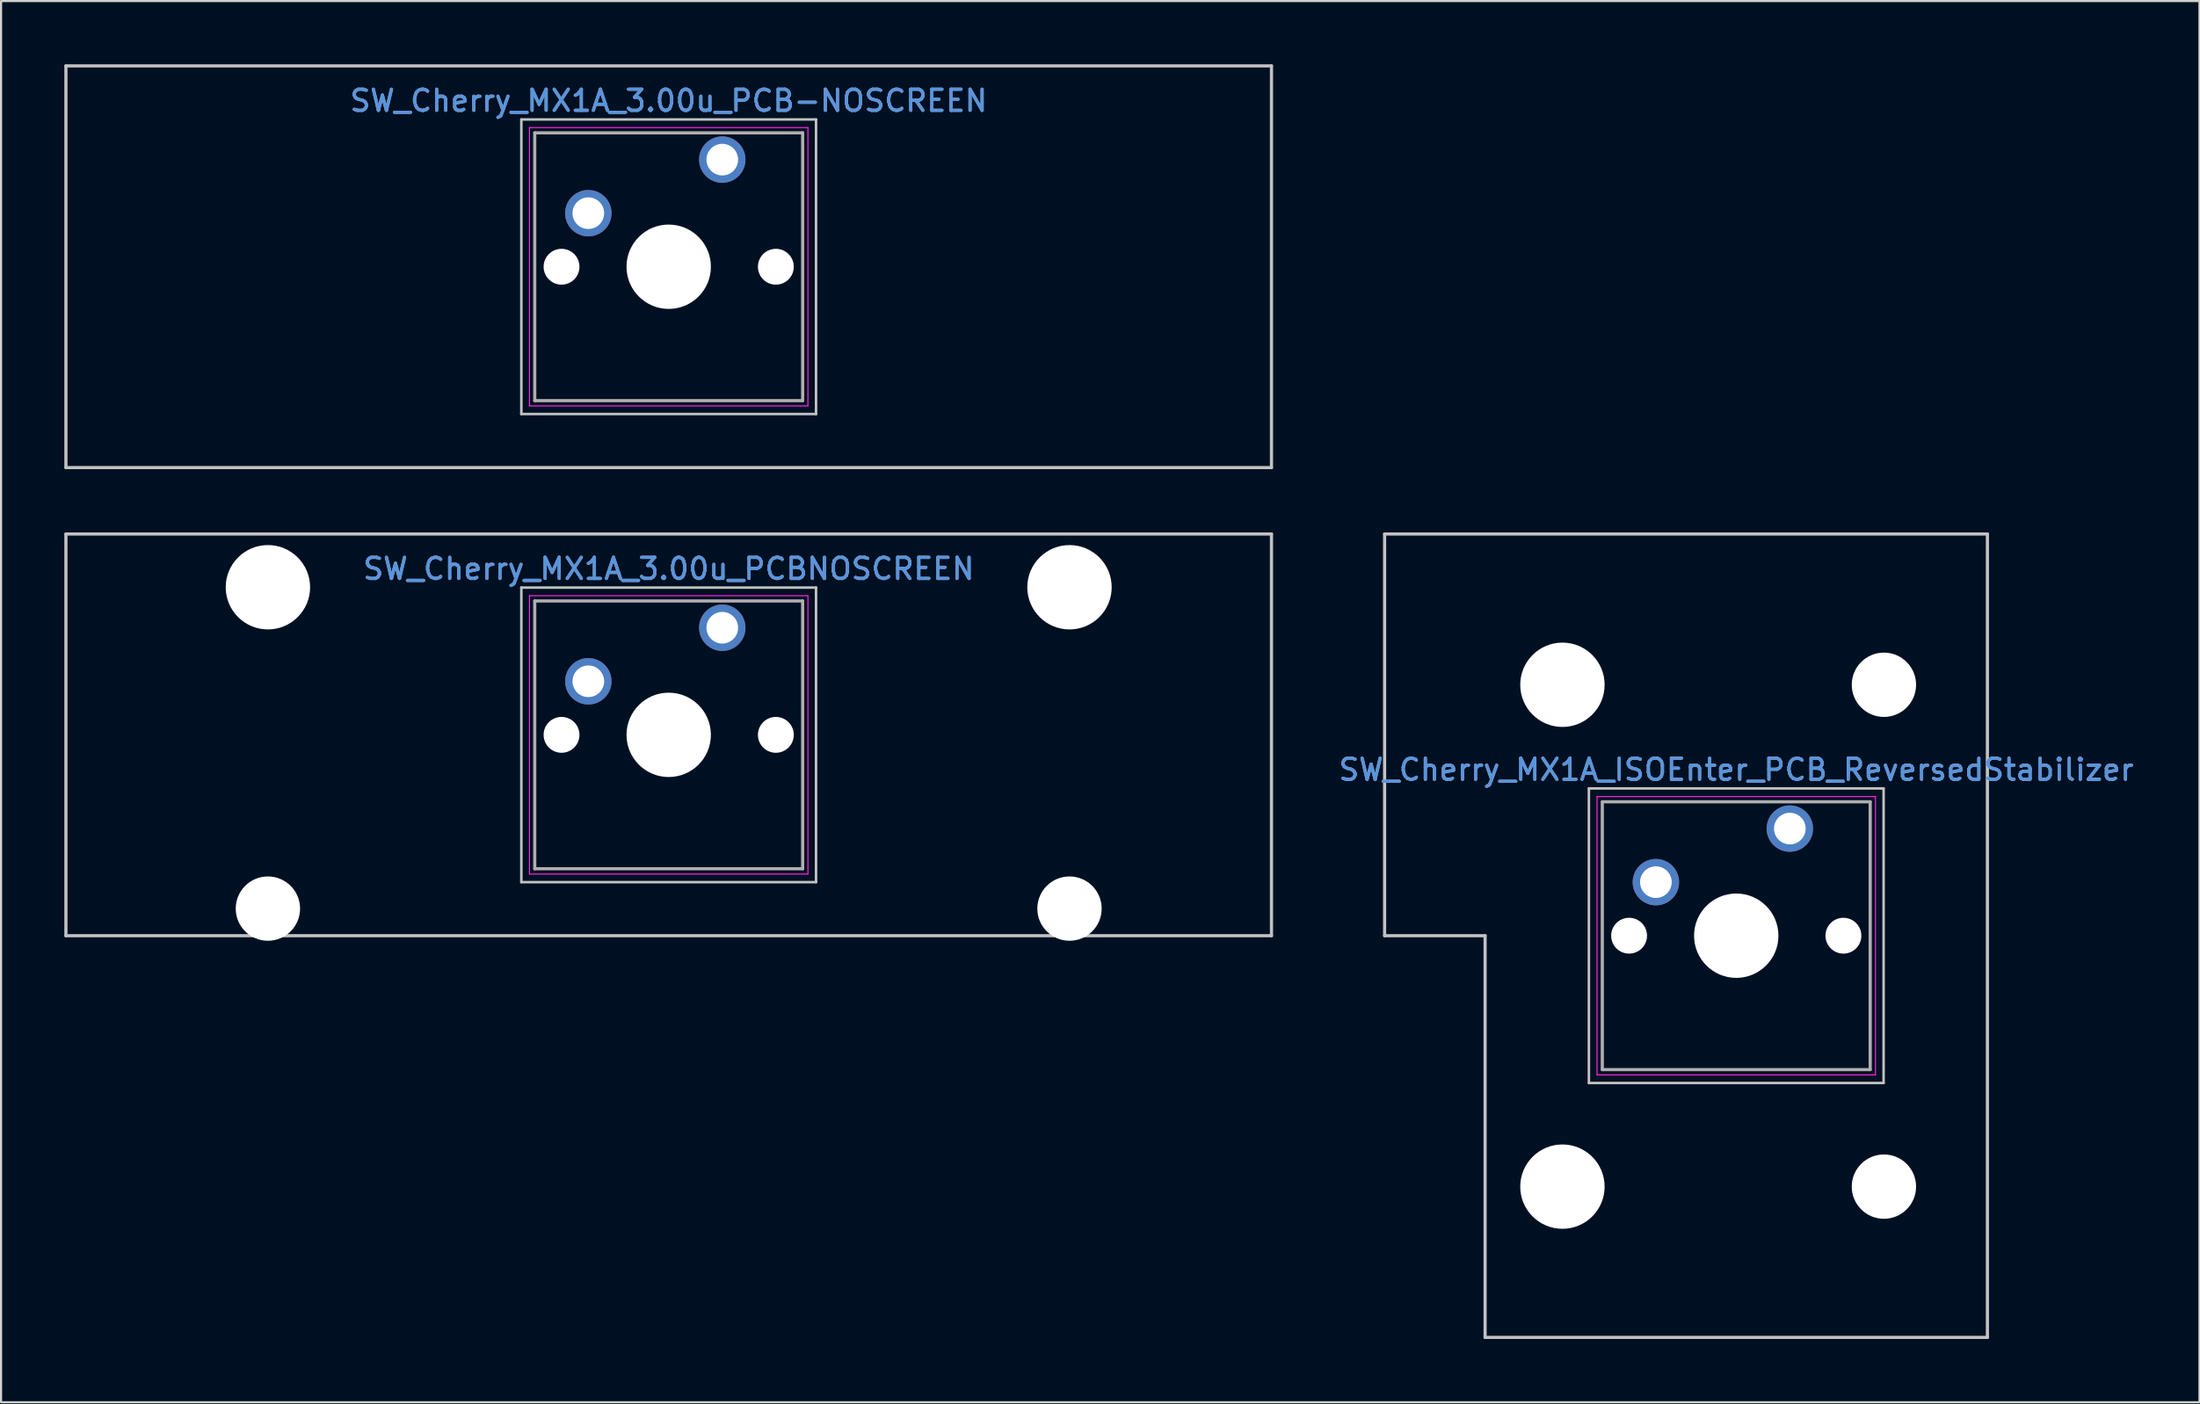
<source format=kicad_pcb>
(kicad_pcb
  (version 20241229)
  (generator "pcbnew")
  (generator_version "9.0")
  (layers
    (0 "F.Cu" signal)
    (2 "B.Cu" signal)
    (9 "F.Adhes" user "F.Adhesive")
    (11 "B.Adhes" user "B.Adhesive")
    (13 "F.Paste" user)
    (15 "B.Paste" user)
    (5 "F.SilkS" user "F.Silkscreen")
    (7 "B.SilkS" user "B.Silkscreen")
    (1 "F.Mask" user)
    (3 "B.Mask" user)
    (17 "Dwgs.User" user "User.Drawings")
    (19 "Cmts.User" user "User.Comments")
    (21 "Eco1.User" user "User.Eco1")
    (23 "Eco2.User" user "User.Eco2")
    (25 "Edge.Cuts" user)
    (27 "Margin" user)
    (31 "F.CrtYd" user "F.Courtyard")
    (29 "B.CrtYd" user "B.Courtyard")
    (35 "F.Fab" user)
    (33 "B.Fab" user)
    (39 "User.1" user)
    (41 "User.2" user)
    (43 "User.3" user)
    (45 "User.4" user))
  (footprint "SW_Cherry_MX1A_ISOEnter_PCB_ReversedStabilizer"
    (layer "F.Cu")
    (at 81.798 36.245)
    (property "Reference" "SW_Cherry_MX1A_ISOEnter_PCB_ReversedStabilizer" (at -2.54 -2.794 0) (layer "Cmts.User") (effects (font (size 1 1) (thickness 0.15))))
    (attr through_hole)
    (fp_line (start -19.209 -13.97) (end 9.366 -13.97) (stroke (width 0.15) (type solid)) (layer "Dwgs.User"))
    (fp_line (start -19.209 5.08) (end -19.209 -13.97) (stroke (width 0.15) (type solid)) (layer "Dwgs.User"))
    (fp_line (start -14.446 5.08) (end -19.209 5.08) (stroke (width 0.15) (type solid)) (layer "Dwgs.User"))
    (fp_line (start -14.446 24.13) (end -14.446 5.08) (stroke (width 0.15) (type solid)) (layer "Dwgs.User"))
    (fp_line (start -9.525 -1.905) (end 4.445 -1.905) (stroke (width 0.12) (type solid)) (layer "Dwgs.User"))
    (fp_line (start -9.525 12.065) (end -9.525 -1.905) (stroke (width 0.12) (type solid)) (layer "Dwgs.User"))
    (fp_line (start 4.445 -1.905) (end 4.445 12.065) (stroke (width 0.12) (type solid)) (layer "Dwgs.User"))
    (fp_line (start 4.445 12.065) (end -9.525 12.065) (stroke (width 0.12) (type solid)) (layer "Dwgs.User"))
    (fp_line (start 9.366 -13.97) (end 9.366 24.13) (stroke (width 0.15) (type solid)) (layer "Dwgs.User"))
    (fp_line (start 9.366 24.13) (end -14.446 24.13) (stroke (width 0.15) (type solid)) (layer "Dwgs.User"))
    (fp_line (start -9.14 -1.52) (end 4.06 -1.52) (stroke (width 0.05) (type solid)) (layer "F.CrtYd"))
    (fp_line (start -9.14 11.68) (end -9.14 -1.52) (stroke (width 0.05) (type solid)) (layer "F.CrtYd"))
    (fp_line (start 4.06 -1.52) (end 4.06 11.68) (stroke (width 0.05) (type solid)) (layer "F.CrtYd"))
    (fp_line (start 4.06 11.68) (end -9.14 11.68) (stroke (width 0.05) (type solid)) (layer "F.CrtYd"))
    (fp_line (start -8.89 -1.27) (end 3.81 -1.27) (stroke (width 0.15) (type solid)) (layer "F.Fab"))
    (fp_line (start -8.89 11.43) (end -8.89 -1.27) (stroke (width 0.15) (type solid)) (layer "F.Fab"))
    (fp_line (start 3.81 -1.27) (end 3.81 11.43) (stroke (width 0.15) (type solid)) (layer "F.Fab"))
    (fp_line (start 3.81 11.43) (end -8.89 11.43) (stroke (width 0.15) (type solid)) (layer "F.Fab"))
    (fp_text user "${REFERENCE}" (at -2.54 -2.794 0) (layer "F.Fab") (effects (font (size 1 1) (thickness 0.15))))
    (pad "" np_thru_hole circle (at -10.78 -6.82 180) (size 4 4) (drill 4) (layers "*.Cu" "*.Mask"))
    (pad "" np_thru_hole circle (at -10.78 16.98 180) (size 4 4) (drill 4) (layers "*.Cu" "*.Mask"))
    (pad "" np_thru_hole circle (at -7.62 5.08) (size 1.7 1.7) (drill 1.7) (layers "*.Cu" "*.Mask"))
    (pad "" np_thru_hole circle (at -2.54 5.08) (size 4 4) (drill 4) (layers "*.Cu" "*.Mask"))
    (pad "" np_thru_hole circle (at 2.54 5.08) (size 1.7 1.7) (drill 1.7) (layers "*.Cu" "*.Mask"))
    (pad "" np_thru_hole circle (at 4.46 -6.82 180) (size 3.05 3.05) (drill 3.05) (layers "*.Cu" "*.Mask"))
    (pad "" np_thru_hole circle (at 4.46 16.98 180) (size 3.05 3.05) (drill 3.05) (layers "*.Cu" "*.Mask"))
    (pad "1" thru_hole circle (at 0 0) (size 2.2 2.2) (drill 1.5) (layers "*.Cu" "*.Mask"))
    (pad "2" thru_hole circle (at -6.35 2.54) (size 2.2 2.2) (drill 1.5) (layers "*.Cu" "*.Mask")))
  (footprint "SW_Cherry_MX1A_3.00u_PCBNOSCREEN"
    (layer "F.Cu")
    (at 31.19 26.72)
    (property "Reference" "SW_Cherry_MX1A_3.00u_PCBNOSCREEN" (at -2.54 -2.794 0) (layer "Cmts.User") (effects (font (size 1 1) (thickness 0.15))))
    (attr through_hole)
    (fp_line (start -31.115 -4.445) (end 26.035 -4.445) (stroke (width 0.15) (type solid)) (layer "Dwgs.User"))
    (fp_line (start -31.115 14.605) (end -31.115 -4.445) (stroke (width 0.15) (type solid)) (layer "Dwgs.User"))
    (fp_line (start -31.115 14.605) (end 26.035 14.605) (stroke (width 0.15) (type solid)) (layer "Dwgs.User"))
    (fp_line (start -9.525 -1.905) (end 4.445 -1.905) (stroke (width 0.12) (type solid)) (layer "Dwgs.User"))
    (fp_line (start -9.525 12.065) (end -9.525 -1.905) (stroke (width 0.12) (type solid)) (layer "Dwgs.User"))
    (fp_line (start 4.445 -1.905) (end 4.445 12.065) (stroke (width 0.12) (type solid)) (layer "Dwgs.User"))
    (fp_line (start 4.445 12.065) (end -9.525 12.065) (stroke (width 0.12) (type solid)) (layer "Dwgs.User"))
    (fp_line (start 26.035 -4.445) (end 26.035 14.605) (stroke (width 0.15) (type solid)) (layer "Dwgs.User"))
    (fp_line (start -9.14 -1.52) (end 4.06 -1.52) (stroke (width 0.05) (type solid)) (layer "F.CrtYd"))
    (fp_line (start -9.14 11.68) (end -9.14 -1.52) (stroke (width 0.05) (type solid)) (layer "F.CrtYd"))
    (fp_line (start 4.06 -1.52) (end 4.06 11.68) (stroke (width 0.05) (type solid)) (layer "F.CrtYd"))
    (fp_line (start 4.06 11.68) (end -9.14 11.68) (stroke (width 0.05) (type solid)) (layer "F.CrtYd"))
    (fp_line (start -8.89 -1.27) (end 3.81 -1.27) (stroke (width 0.15) (type solid)) (layer "F.Fab"))
    (fp_line (start -8.89 11.43) (end -8.89 -1.27) (stroke (width 0.15) (type solid)) (layer "F.Fab"))
    (fp_line (start 3.81 -1.27) (end 3.81 11.43) (stroke (width 0.15) (type solid)) (layer "F.Fab"))
    (fp_line (start 3.81 11.43) (end -8.89 11.43) (stroke (width 0.15) (type solid)) (layer "F.Fab"))
    (fp_text user "${REFERENCE}" (at -2.54 -2.794 0) (layer "F.Fab") (effects (font (size 1 1) (thickness 0.15))))
    (pad "" np_thru_hole circle (at -21.54 -1.92) (size 4 4) (drill 4) (layers "*.Cu" "*.Mask"))
    (pad "" np_thru_hole circle (at -21.54 13.32) (size 3.05 3.05) (drill 3.05) (layers "*.Cu" "*.Mask"))
    (pad "" np_thru_hole circle (at -7.62 5.08) (size 1.7 1.7) (drill 1.7) (layers "*.Cu" "*.Mask"))
    (pad "" np_thru_hole circle (at -2.54 5.08) (size 4 4) (drill 4) (layers "*.Cu" "*.Mask"))
    (pad "" np_thru_hole circle (at 2.54 5.08) (size 1.7 1.7) (drill 1.7) (layers "*.Cu" "*.Mask"))
    (pad "" np_thru_hole circle (at 16.46 -1.92) (size 4 4) (drill 4) (layers "*.Cu" "*.Mask"))
    (pad "" np_thru_hole circle (at 16.46 13.32) (size 3.05 3.05) (drill 3.05) (layers "*.Cu" "*.Mask"))
    (pad "1" thru_hole circle (at 0 0) (size 2.2 2.2) (drill 1.5) (layers "*.Cu" "*.Mask"))
    (pad "2" thru_hole circle (at -6.35 2.54) (size 2.2 2.2) (drill 1.5) (layers "*.Cu" "*.Mask")))
  (footprint "SW_Cherry_MX1A_3.00u_PCB-NOSCREEN"
    (layer "F.Cu")
    (at 31.19 4.52)
    (property "Reference" "SW_Cherry_MX1A_3.00u_PCB-NOSCREEN" (at -2.54 -2.794 0) (layer "Cmts.User") (effects (font (size 1 1) (thickness 0.15))))
    (attr through_hole)
    (fp_line (start -31.115 -4.445) (end 26.035 -4.445) (stroke (width 0.15) (type solid)) (layer "Dwgs.User"))
    (fp_line (start -31.115 14.605) (end -31.115 -4.445) (stroke (width 0.15) (type solid)) (layer "Dwgs.User"))
    (fp_line (start -31.115 14.605) (end 26.035 14.605) (stroke (width 0.15) (type solid)) (layer "Dwgs.User"))
    (fp_line (start -9.525 -1.905) (end 4.445 -1.905) (stroke (width 0.12) (type solid)) (layer "Dwgs.User"))
    (fp_line (start -9.525 12.065) (end -9.525 -1.905) (stroke (width 0.12) (type solid)) (layer "Dwgs.User"))
    (fp_line (start 4.445 -1.905) (end 4.445 12.065) (stroke (width 0.12) (type solid)) (layer "Dwgs.User"))
    (fp_line (start 4.445 12.065) (end -9.525 12.065) (stroke (width 0.12) (type solid)) (layer "Dwgs.User"))
    (fp_line (start 26.035 -4.445) (end 26.035 14.605) (stroke (width 0.15) (type solid)) (layer "Dwgs.User"))
    (fp_line (start -9.14 -1.52) (end 4.06 -1.52) (stroke (width 0.05) (type solid)) (layer "F.CrtYd"))
    (fp_line (start -9.14 11.68) (end -9.14 -1.52) (stroke (width 0.05) (type solid)) (layer "F.CrtYd"))
    (fp_line (start 4.06 -1.52) (end 4.06 11.68) (stroke (width 0.05) (type solid)) (layer "F.CrtYd"))
    (fp_line (start 4.06 11.68) (end -9.14 11.68) (stroke (width 0.05) (type solid)) (layer "F.CrtYd"))
    (fp_line (start -8.89 -1.27) (end 3.81 -1.27) (stroke (width 0.15) (type solid)) (layer "F.Fab"))
    (fp_line (start -8.89 11.43) (end -8.89 -1.27) (stroke (width 0.15) (type solid)) (layer "F.Fab"))
    (fp_line (start 3.81 -1.27) (end 3.81 11.43) (stroke (width 0.15) (type solid)) (layer "F.Fab"))
    (fp_line (start 3.81 11.43) (end -8.89 11.43) (stroke (width 0.15) (type solid)) (layer "F.Fab"))
    (fp_text user "${REFERENCE}" (at -2.54 -2.794 0) (layer "F.Fab") (effects (font (size 1 1) (thickness 0.15))))
    (pad "" np_thru_hole circle (at -7.62 5.08) (size 1.7 1.7) (drill 1.7) (layers "*.Cu" "*.Mask"))
    (pad "" np_thru_hole circle (at -2.54 5.08) (size 4 4) (drill 4) (layers "*.Cu" "*.Mask"))
    (pad "" np_thru_hole circle (at 2.54 5.08) (size 1.7 1.7) (drill 1.7) (layers "*.Cu" "*.Mask"))
    (pad "1" thru_hole circle (at 0 0) (size 2.2 2.2) (drill 1.5) (layers "*.Cu" "*.Mask"))
    (pad "2" thru_hole circle (at -6.35 2.54) (size 2.2 2.2) (drill 1.5) (layers "*.Cu" "*.Mask")))
  (gr_rect
    (start -3 -3)
    (end 101.217 63.45)
    (stroke (width 0.1) (type default))
    (fill no)
    (layer "Edge.Cuts")))
</source>
